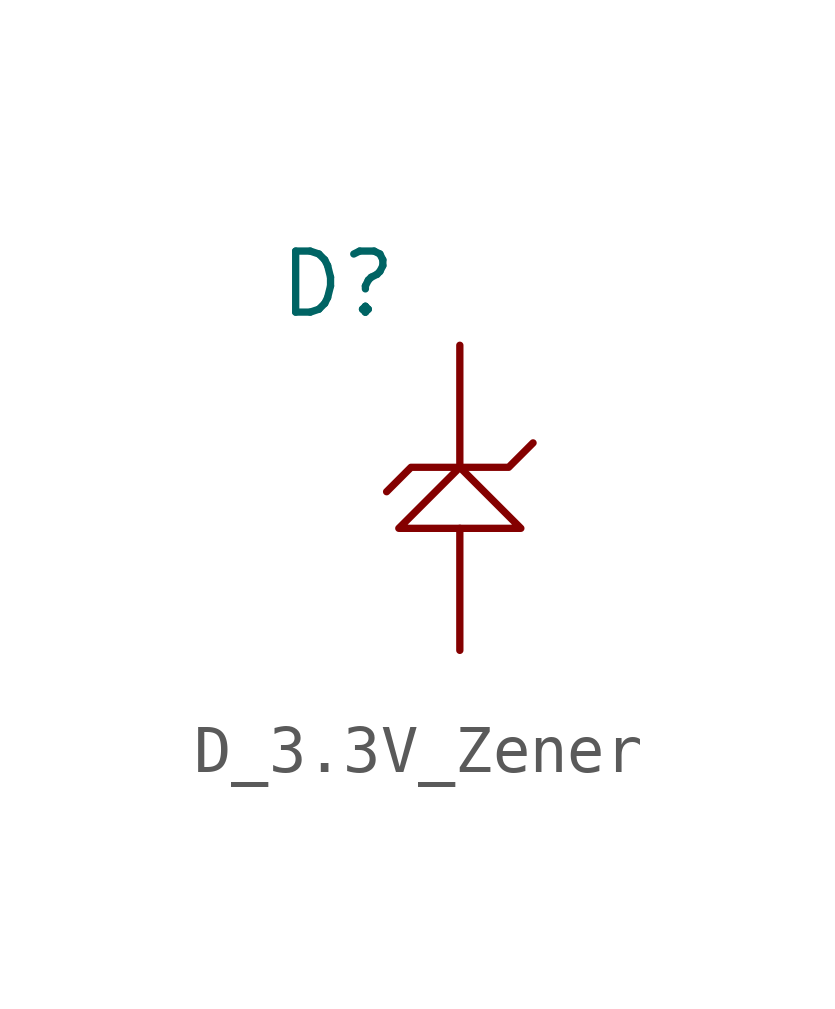
<source format=kicad_sym>
(kicad_symbol_lib
  (version 20220914)
  (generator kicad_symbol_editor)
  (symbol "D_3.3V_Zener"
    (pin_numbers hide)
    (pin_names
      (offset 0) hide)
    (property "Reference" "D"
      (at -2.54 3.81 0)
      (effects (font (size 1.27 1.27))))
    (symbol "D_3.3V_Zener_0_1"
      (polyline (pts (xy 0 0) (xy 1.016 0) (xy 1.524 0.508)) (stroke (width 0) (type solid)) (fill (type none)))
      (polyline (pts (xy 0 0) (xy -1.27 -1.27) (xy 1.27 -1.27) (xy 0 0)) (stroke (width 0) (type solid)) (fill (type none))))
    (symbol "D_3.3V_Zener_1_1"
      (polyline (pts (xy 0 0) (xy -1.016 0) (xy -1.524 -0.508)) (stroke (width 0) (type solid)) (fill (type none)))
      (pin input line (at 0 2.54 270) (length 2.54) (name "1" (effects (font (size 1.27 1.27)))) (number "1" (effects (font (size 1.27 1.27)))))
      (pin input line (at 0 -3.81 90) (length 2.54) (name "2" (effects (font (size 1.27 1.27)))) (number "2" (effects (font (size 1.27 1.27))))))))
</source>
